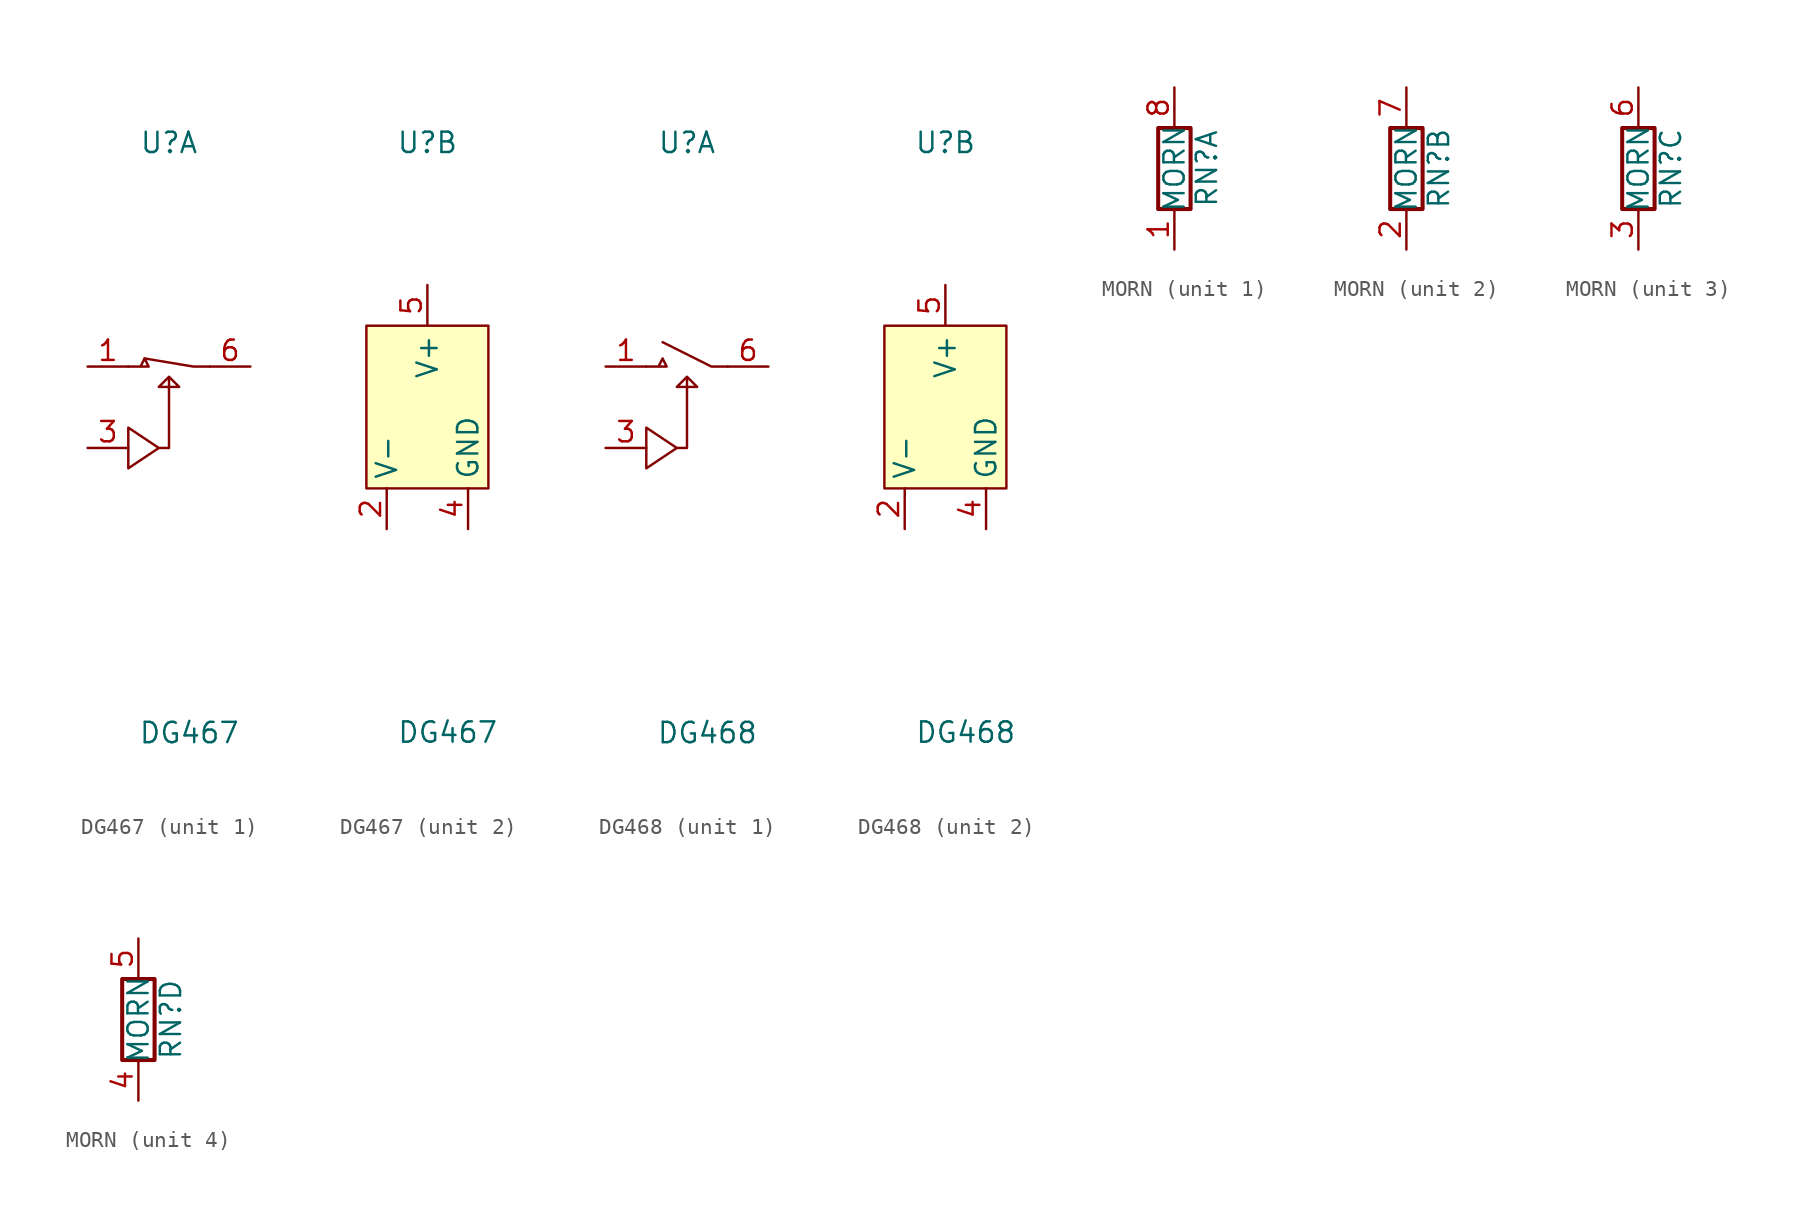
<source format=kicad_sym>
(kicad_symbol_lib
  (version 20211014)
  (generator kicad_symbol_editor)
  (symbol "DG467"
    (property "Reference" "U"
      (at 0 16.51 0)
      (effects (font (size 1.27 1.27))))
    (property "Value" "DG467"
      (at 1.27 -20.32 0)
      (effects (font (size 1.27 1.27))))
    (property "ki_locked" ""
      (at 0 0 0)
      (effects (font (size 1.27 1.27))))
    (symbol "DG467_1_1"
      (polyline (pts (xy -2.54 -1.27) (xy -2.54 -3.81) (xy -0.635 -2.54) (xy -2.54 -1.27)) (stroke (width 0) (type default) (color 0 0 0 0)) (fill (type none)))
      (polyline (pts (xy -2.54 2.54) (xy -1.27 2.54) (xy -1.524 3.048) (xy -1.778 2.54)) (stroke (width 0) (type default) (color 0 0 0 0)) (fill (type none)))
      (polyline (pts (xy 2.54 2.54) (xy 1.524 2.54) (xy -1.524 3.048) (xy 1.524 2.54)) (stroke (width 0) (type default) (color 0 0 0 0)) (fill (type none)))
      (polyline (pts (xy -0.635 -2.54) (xy 0 -2.54) (xy 0 1.905) (xy -0.635 1.27) (xy 0.635 1.27) (xy 0 1.905)) (stroke (width 0) (type default) (color 0 0 0 0)) (fill (type none)))
      (pin passive line (at -5.08 2.54 0) (length 2.54) (name "~" (effects (font (size 1.27 1.27)))) (number "1" (effects (font (size 1.27 1.27)))))
      (pin input line (at -5.08 -2.54 0) (length 2.54) (name "~" (effects (font (size 1.27 1.27)))) (number "3" (effects (font (size 1.27 1.27)))))
      (pin passive line (at 5.08 2.54 180) (length 2.54) (name "~" (effects (font (size 1.27 1.27)))) (number "6" (effects (font (size 1.27 1.27))))))
    (symbol "DG467_2_1"
      (rectangle (start -3.81 5.08) (end 3.81 -5.08) (stroke (width 0) (type default) (color 0 0 0 0)) (fill (type background)))
      (pin power_in line (at -2.54 -7.62 90) (length 2.54) (name "V-" (effects (font (size 1.27 1.27)))) (number "2" (effects (font (size 1.27 1.27)))))
      (pin power_in line (at 2.54 -7.62 90) (length 2.54) (name "GND" (effects (font (size 1.27 1.27)))) (number "4" (effects (font (size 1.27 1.27)))))
      (pin power_in line (at 0 7.62 270) (length 2.54) (name "V+" (effects (font (size 1.27 1.27)))) (number "5" (effects (font (size 1.27 1.27)))))))
  (symbol "DG468"
    (property "Reference" "U"
      (at 0 16.51 0)
      (effects (font (size 1.27 1.27))))
    (property "Value" "DG468"
      (at 1.27 -20.32 0)
      (effects (font (size 1.27 1.27))))
    (property "ki_locked" ""
      (at 0 0 0)
      (effects (font (size 1.27 1.27))))
    (symbol "DG468_1_1"
      (polyline (pts (xy -2.54 -1.27) (xy -2.54 -3.81) (xy -0.635 -2.54) (xy -2.54 -1.27)) (stroke (width 0) (type default) (color 0 0 0 0)) (fill (type none)))
      (polyline (pts (xy -2.54 2.54) (xy -1.27 2.54) (xy -1.524 3.048) (xy -1.778 2.54)) (stroke (width 0) (type default) (color 0 0 0 0)) (fill (type none)))
      (polyline (pts (xy 2.54 2.54) (xy 1.524 2.54) (xy -1.524 4.064) (xy 1.524 2.54)) (stroke (width 0) (type default) (color 0 0 0 0)) (fill (type none)))
      (polyline (pts (xy -0.635 -2.54) (xy 0 -2.54) (xy 0 1.905) (xy -0.635 1.27) (xy 0.635 1.27) (xy 0 1.905)) (stroke (width 0) (type default) (color 0 0 0 0)) (fill (type none)))
      (pin passive line (at -5.08 2.54 0) (length 2.54) (name "~" (effects (font (size 1.27 1.27)))) (number "1" (effects (font (size 1.27 1.27)))))
      (pin input line (at -5.08 -2.54 0) (length 2.54) (name "~" (effects (font (size 1.27 1.27)))) (number "3" (effects (font (size 1.27 1.27)))))
      (pin passive line (at 5.08 2.54 180) (length 2.54) (name "~" (effects (font (size 1.27 1.27)))) (number "6" (effects (font (size 1.27 1.27))))))
    (symbol "DG468_2_1"
      (rectangle (start -3.81 5.08) (end 3.81 -5.08) (stroke (width 0) (type default) (color 0 0 0 0)) (fill (type background)))
      (pin power_in line (at -2.54 -7.62 90) (length 2.54) (name "V-" (effects (font (size 1.27 1.27)))) (number "2" (effects (font (size 1.27 1.27)))))
      (pin power_in line (at 2.54 -7.62 90) (length 2.54) (name "GND" (effects (font (size 1.27 1.27)))) (number "4" (effects (font (size 1.27 1.27)))))
      (pin power_in line (at 0 7.62 270) (length 2.54) (name "V+" (effects (font (size 1.27 1.27)))) (number "5" (effects (font (size 1.27 1.27)))))))
  (symbol "MORN"
    (pin_names
      (offset 0) hide)
    (property "Reference" "RN"
      (at 2.032 0 90)
      (effects (font (size 1.27 1.27))))
    (property "Value" "MORN"
      (at 0 0 90)
      (effects (font (size 1.27 1.27))))
    (symbol "MORN_0_1"
      (rectangle (start 1.016 2.54) (end -1.016 -2.54) (stroke (width 0.254) (type default) (color 0 0 0 0)) (fill (type none))))
    (symbol "MORN_1_1"
      (pin passive line (at 0 -5.08 90) (length 2.54) (name "R1.1" (effects (font (size 1.27 1.27)))) (number "1" (effects (font (size 1.27 1.27)))))
      (pin passive line (at 0 5.08 270) (length 2.54) (name "R1.2" (effects (font (size 1.27 1.27)))) (number "8" (effects (font (size 1.27 1.27))))))
    (symbol "MORN_2_1"
      (pin passive line (at 0 -5.08 90) (length 2.54) (name "R2.1" (effects (font (size 1.27 1.27)))) (number "2" (effects (font (size 1.27 1.27)))))
      (pin passive line (at 0 5.08 270) (length 2.54) (name "R2.2" (effects (font (size 1.27 1.27)))) (number "7" (effects (font (size 1.27 1.27))))))
    (symbol "MORN_3_1"
      (pin passive line (at 0 -5.08 90) (length 2.54) (name "R3.1" (effects (font (size 1.27 1.27)))) (number "3" (effects (font (size 1.27 1.27)))))
      (pin passive line (at 0 5.08 270) (length 2.54) (name "R3.2" (effects (font (size 1.27 1.27)))) (number "6" (effects (font (size 1.27 1.27))))))
    (symbol "MORN_4_1"
      (pin passive line (at 0 -5.08 90) (length 2.54) (name "R4.1" (effects (font (size 1.27 1.27)))) (number "4" (effects (font (size 1.27 1.27)))))
      (pin passive line (at 0 5.08 270) (length 2.54) (name "R4.2" (effects (font (size 1.27 1.27)))) (number "5" (effects (font (size 1.27 1.27))))))))
</source>
